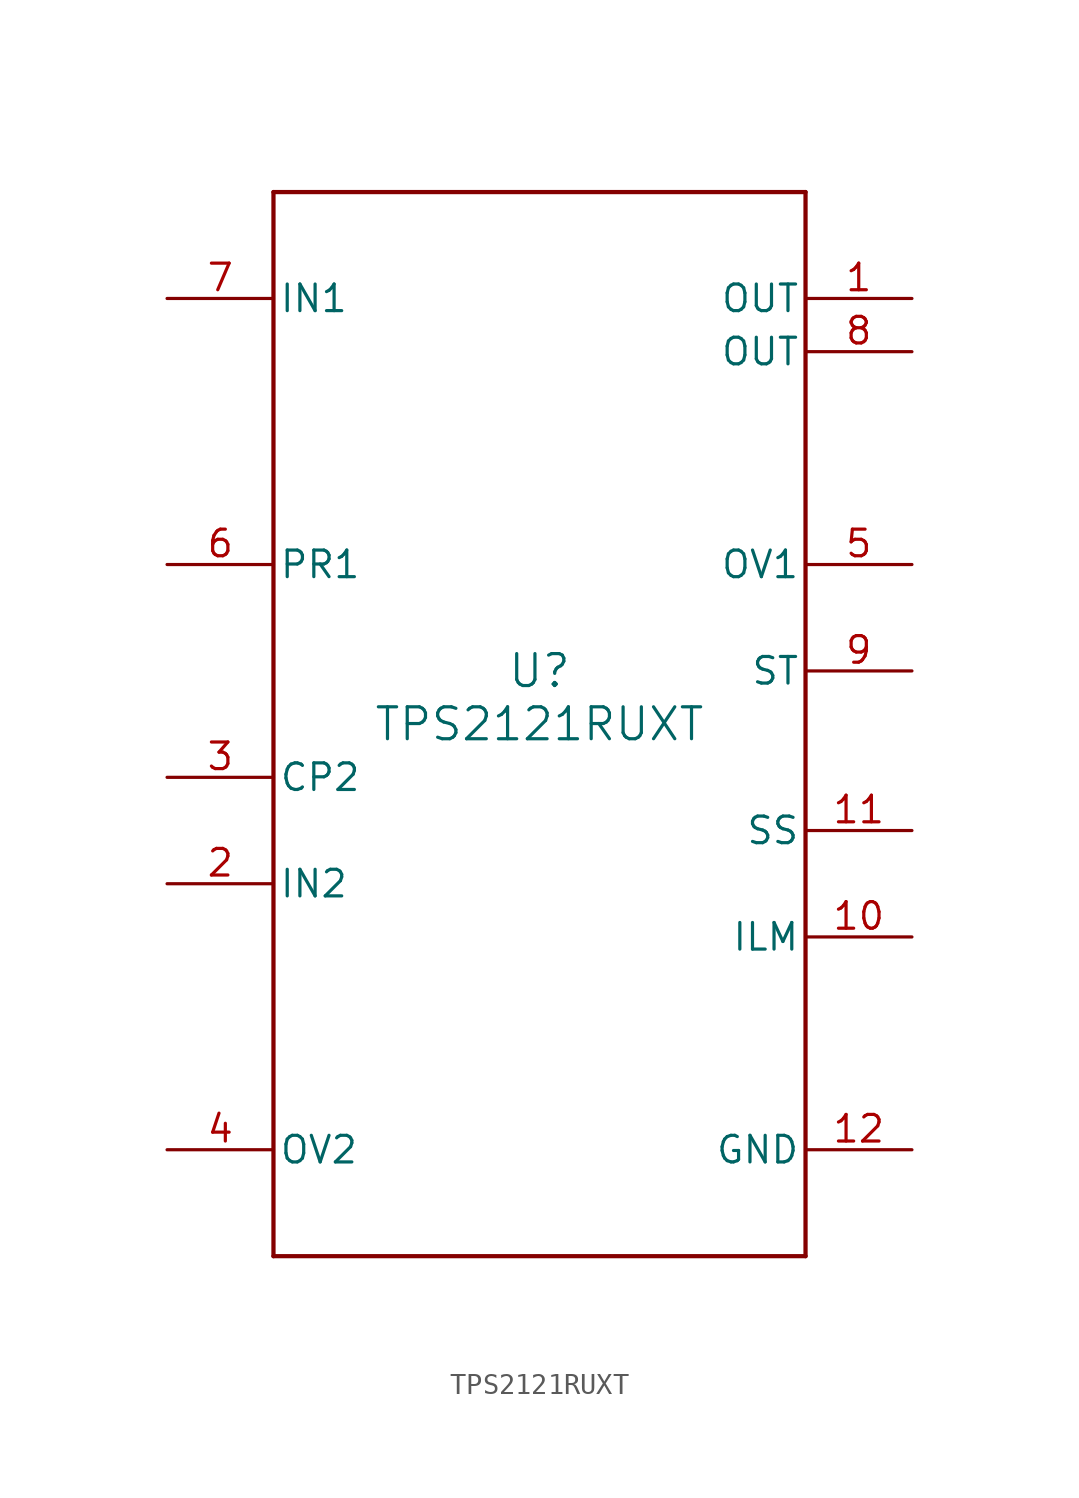
<source format=kicad_sym>
(kicad_symbol_lib
  (version 20211014)
  (generator kicad_symbol_editor)
  (symbol "TPS2121RUXT"
    (pin_names
      (offset 0.254))
    (property "Reference" "U"
      (at 0 2.54 0)
      (effects (font (size 1.524 1.524))))
    (property "Value" "TPS2121RUXT"
      (at 0 0 0)
      (effects (font (size 1.524 1.524))))
    (symbol "TPS2121RUXT_0_1"
      (polyline (pts (xy -12.7 -25.4) (xy 12.7 -25.4)) (stroke (width 0.203) (type default) (color 0 0 0 0)) (fill (type none)))
      (polyline (pts (xy 12.7 -25.4) (xy 12.7 25.4)) (stroke (width 0.203) (type default) (color 0 0 0 0)) (fill (type none)))
      (polyline (pts (xy 12.7 25.4) (xy -12.7 25.4)) (stroke (width 0.203) (type default) (color 0 0 0 0)) (fill (type none)))
      (polyline (pts (xy -12.7 25.4) (xy -12.7 -25.4)) (stroke (width 0.203) (type default) (color 0 0 0 0)) (fill (type none)))
      (pin power_in line (at 17.78 20.32 180) (length 5.08) (name "OUT" (effects (font (size 1.27 1.27)))) (number "1" (effects (font (size 1.27 1.27)))))
      (pin power_in line (at -17.78 -7.62 0) (length 5.08) (name "IN2" (effects (font (size 1.27 1.27)))) (number "2" (effects (font (size 1.27 1.27)))))
      (pin input line (at -17.78 -2.54 0) (length 5.08) (name "CP2" (effects (font (size 1.27 1.27)))) (number "3" (effects (font (size 1.27 1.27)))))
      (pin input line (at -17.78 -20.32 0) (length 5.08) (name "OV2" (effects (font (size 1.27 1.27)))) (number "4" (effects (font (size 1.27 1.27)))))
      (pin input line (at 17.78 7.62 180) (length 5.08) (name "OV1" (effects (font (size 1.27 1.27)))) (number "5" (effects (font (size 1.27 1.27)))))
      (pin input line (at -17.78 7.62 0) (length 5.08) (name "PR1" (effects (font (size 1.27 1.27)))) (number "6" (effects (font (size 1.27 1.27)))))
      (pin power_in line (at -17.78 20.32 0) (length 5.08) (name "IN1" (effects (font (size 1.27 1.27)))) (number "7" (effects (font (size 1.27 1.27)))))
      (pin power_in line (at 17.78 17.78 180) (length 5.08) (name "OUT" (effects (font (size 1.27 1.27)))) (number "8" (effects (font (size 1.27 1.27)))))
      (pin output line (at 17.78 2.54 180) (length 5.08) (name "ST" (effects (font (size 1.27 1.27)))) (number "9" (effects (font (size 1.27 1.27)))))
      (pin bidirectional line (at 17.78 -10.16 180) (length 5.08) (name "ILM" (effects (font (size 1.27 1.27)))) (number "10" (effects (font (size 1.27 1.27)))))
      (pin bidirectional line (at 17.78 -5.08 180) (length 5.08) (name "SS" (effects (font (size 1.27 1.27)))) (number "11" (effects (font (size 1.27 1.27)))))
      (pin power_in line (at 17.78 -20.32 180) (length 5.08) (name "GND" (effects (font (size 1.27 1.27)))) (number "12" (effects (font (size 1.27 1.27))))))))
</source>
